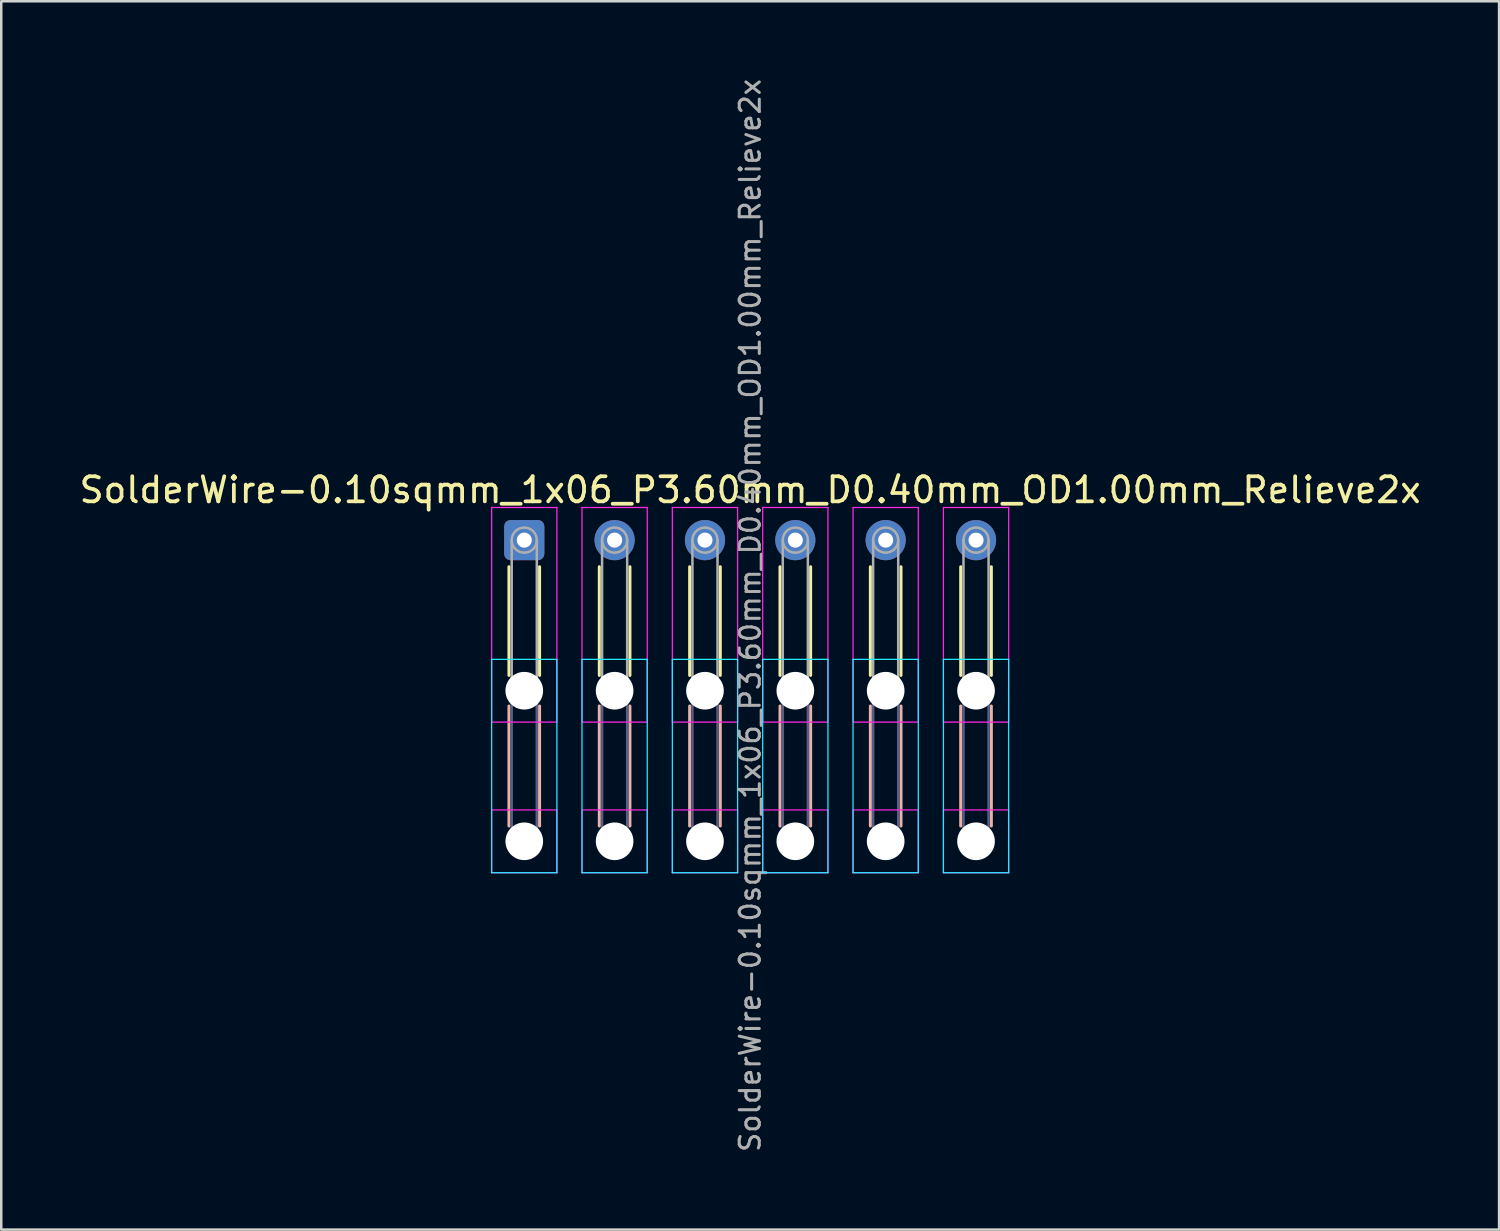
<source format=kicad_pcb>
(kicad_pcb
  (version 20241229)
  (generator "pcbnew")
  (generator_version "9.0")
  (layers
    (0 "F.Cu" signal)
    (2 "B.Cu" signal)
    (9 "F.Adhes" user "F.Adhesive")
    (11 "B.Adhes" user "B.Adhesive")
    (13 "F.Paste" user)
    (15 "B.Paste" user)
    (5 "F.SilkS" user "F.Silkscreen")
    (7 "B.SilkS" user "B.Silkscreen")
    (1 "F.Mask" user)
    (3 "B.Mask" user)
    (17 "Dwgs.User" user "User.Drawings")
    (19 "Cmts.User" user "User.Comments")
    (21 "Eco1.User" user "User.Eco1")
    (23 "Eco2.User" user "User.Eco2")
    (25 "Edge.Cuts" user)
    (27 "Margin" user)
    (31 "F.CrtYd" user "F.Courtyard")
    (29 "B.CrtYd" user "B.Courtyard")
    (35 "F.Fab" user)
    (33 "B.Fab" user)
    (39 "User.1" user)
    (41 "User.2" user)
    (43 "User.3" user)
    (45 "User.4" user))
  (footprint "SolderWire-0.10sqmm_1x06_P3.60mm_D0.40mm_OD1.00mm_Relieve2x"
    (layer "F.Cu")
    (at 17.839 18.471)
    (property "Reference" "SolderWire-0.10sqmm_1x06_P3.60mm_D0.40mm_OD1.00mm_Relieve2x" (at 9 -2 0) (layer "F.SilkS") (effects (font (size 1 1) (thickness 0.15))))
    (attr exclude_from_pos_files exclude_from_bom)
    (fp_line (start -0.61 1.06) (end -0.61 5.39) (stroke (width 0.12) (type solid)) (layer "F.SilkS"))
    (fp_line (start 0.61 1.06) (end 0.61 5.39) (stroke (width 0.12) (type solid)) (layer "F.SilkS"))
    (fp_line (start 2.99 1.06) (end 2.99 5.39) (stroke (width 0.12) (type solid)) (layer "F.SilkS"))
    (fp_line (start 4.21 1.06) (end 4.21 5.39) (stroke (width 0.12) (type solid)) (layer "F.SilkS"))
    (fp_line (start 6.59 1.06) (end 6.59 5.39) (stroke (width 0.12) (type solid)) (layer "F.SilkS"))
    (fp_line (start 7.81 1.06) (end 7.81 5.39) (stroke (width 0.12) (type solid)) (layer "F.SilkS"))
    (fp_line (start 10.19 1.06) (end 10.19 5.39) (stroke (width 0.12) (type solid)) (layer "F.SilkS"))
    (fp_line (start 11.41 1.06) (end 11.41 5.39) (stroke (width 0.12) (type solid)) (layer "F.SilkS"))
    (fp_line (start 13.79 1.06) (end 13.79 5.39) (stroke (width 0.12) (type solid)) (layer "F.SilkS"))
    (fp_line (start 15.01 1.06) (end 15.01 5.39) (stroke (width 0.12) (type solid)) (layer "F.SilkS"))
    (fp_line (start 17.39 1.06) (end 17.39 5.39) (stroke (width 0.12) (type solid)) (layer "F.SilkS"))
    (fp_line (start 18.61 1.06) (end 18.61 5.39) (stroke (width 0.12) (type solid)) (layer "F.SilkS"))
    (fp_line (start -0.61 6.61) (end -0.61 11.39) (stroke (width 0.12) (type solid)) (layer "B.SilkS"))
    (fp_line (start 0.61 6.61) (end 0.61 11.39) (stroke (width 0.12) (type solid)) (layer "B.SilkS"))
    (fp_line (start 2.99 6.61) (end 2.99 11.39) (stroke (width 0.12) (type solid)) (layer "B.SilkS"))
    (fp_line (start 4.21 6.61) (end 4.21 11.39) (stroke (width 0.12) (type solid)) (layer "B.SilkS"))
    (fp_line (start 6.59 6.61) (end 6.59 11.39) (stroke (width 0.12) (type solid)) (layer "B.SilkS"))
    (fp_line (start 7.81 6.61) (end 7.81 11.39) (stroke (width 0.12) (type solid)) (layer "B.SilkS"))
    (fp_line (start 10.19 6.61) (end 10.19 11.39) (stroke (width 0.12) (type solid)) (layer "B.SilkS"))
    (fp_line (start 11.41 6.61) (end 11.41 11.39) (stroke (width 0.12) (type solid)) (layer "B.SilkS"))
    (fp_line (start 13.79 6.61) (end 13.79 11.39) (stroke (width 0.12) (type solid)) (layer "B.SilkS"))
    (fp_line (start 15.01 6.61) (end 15.01 11.39) (stroke (width 0.12) (type solid)) (layer "B.SilkS"))
    (fp_line (start 17.39 6.61) (end 17.39 11.39) (stroke (width 0.12) (type solid)) (layer "B.SilkS"))
    (fp_line (start 18.61 6.61) (end 18.61 11.39) (stroke (width 0.12) (type solid)) (layer "B.SilkS"))
    (fp_line (start -1.3 4.75) (end -1.3 13.25) (stroke (width 0.05) (type solid)) (layer "B.CrtYd"))
    (fp_line (start -1.3 13.25) (end 1.3 13.25) (stroke (width 0.05) (type solid)) (layer "B.CrtYd"))
    (fp_line (start 1.3 4.75) (end -1.3 4.75) (stroke (width 0.05) (type solid)) (layer "B.CrtYd"))
    (fp_line (start 1.3 13.25) (end 1.3 4.75) (stroke (width 0.05) (type solid)) (layer "B.CrtYd"))
    (fp_line (start 2.3 4.75) (end 2.3 13.25) (stroke (width 0.05) (type solid)) (layer "B.CrtYd"))
    (fp_line (start 2.3 13.25) (end 4.9 13.25) (stroke (width 0.05) (type solid)) (layer "B.CrtYd"))
    (fp_line (start 4.9 4.75) (end 2.3 4.75) (stroke (width 0.05) (type solid)) (layer "B.CrtYd"))
    (fp_line (start 4.9 13.25) (end 4.9 4.75) (stroke (width 0.05) (type solid)) (layer "B.CrtYd"))
    (fp_line (start 5.9 4.75) (end 5.9 13.25) (stroke (width 0.05) (type solid)) (layer "B.CrtYd"))
    (fp_line (start 5.9 13.25) (end 8.5 13.25) (stroke (width 0.05) (type solid)) (layer "B.CrtYd"))
    (fp_line (start 8.5 4.75) (end 5.9 4.75) (stroke (width 0.05) (type solid)) (layer "B.CrtYd"))
    (fp_line (start 8.5 13.25) (end 8.5 4.75) (stroke (width 0.05) (type solid)) (layer "B.CrtYd"))
    (fp_line (start 9.5 4.75) (end 9.5 13.25) (stroke (width 0.05) (type solid)) (layer "B.CrtYd"))
    (fp_line (start 9.5 13.25) (end 12.1 13.25) (stroke (width 0.05) (type solid)) (layer "B.CrtYd"))
    (fp_line (start 12.1 4.75) (end 9.5 4.75) (stroke (width 0.05) (type solid)) (layer "B.CrtYd"))
    (fp_line (start 12.1 13.25) (end 12.1 4.75) (stroke (width 0.05) (type solid)) (layer "B.CrtYd"))
    (fp_line (start 13.1 4.75) (end 13.1 13.25) (stroke (width 0.05) (type solid)) (layer "B.CrtYd"))
    (fp_line (start 13.1 13.25) (end 15.7 13.25) (stroke (width 0.05) (type solid)) (layer "B.CrtYd"))
    (fp_line (start 15.7 4.75) (end 13.1 4.75) (stroke (width 0.05) (type solid)) (layer "B.CrtYd"))
    (fp_line (start 15.7 13.25) (end 15.7 4.75) (stroke (width 0.05) (type solid)) (layer "B.CrtYd"))
    (fp_line (start 16.7 4.75) (end 16.7 13.25) (stroke (width 0.05) (type solid)) (layer "B.CrtYd"))
    (fp_line (start 16.7 13.25) (end 19.3 13.25) (stroke (width 0.05) (type solid)) (layer "B.CrtYd"))
    (fp_line (start 19.3 4.75) (end 16.7 4.75) (stroke (width 0.05) (type solid)) (layer "B.CrtYd"))
    (fp_line (start 19.3 13.25) (end 19.3 4.75) (stroke (width 0.05) (type solid)) (layer "B.CrtYd"))
    (fp_line (start -1.3 -1.3) (end -1.3 7.25) (stroke (width 0.05) (type solid)) (layer "F.CrtYd"))
    (fp_line (start -1.3 7.25) (end 1.3 7.25) (stroke (width 0.05) (type solid)) (layer "F.CrtYd"))
    (fp_line (start -1.3 10.75) (end -1.3 13.25) (stroke (width 0.05) (type solid)) (layer "F.CrtYd"))
    (fp_line (start -1.3 13.25) (end 1.3 13.25) (stroke (width 0.05) (type solid)) (layer "F.CrtYd"))
    (fp_line (start 1.3 -1.3) (end -1.3 -1.3) (stroke (width 0.05) (type solid)) (layer "F.CrtYd"))
    (fp_line (start 1.3 7.25) (end 1.3 -1.3) (stroke (width 0.05) (type solid)) (layer "F.CrtYd"))
    (fp_line (start 1.3 10.75) (end -1.3 10.75) (stroke (width 0.05) (type solid)) (layer "F.CrtYd"))
    (fp_line (start 1.3 13.25) (end 1.3 10.75) (stroke (width 0.05) (type solid)) (layer "F.CrtYd"))
    (fp_line (start 2.3 -1.3) (end 2.3 7.25) (stroke (width 0.05) (type solid)) (layer "F.CrtYd"))
    (fp_line (start 2.3 7.25) (end 4.9 7.25) (stroke (width 0.05) (type solid)) (layer "F.CrtYd"))
    (fp_line (start 2.3 10.75) (end 2.3 13.25) (stroke (width 0.05) (type solid)) (layer "F.CrtYd"))
    (fp_line (start 2.3 13.25) (end 4.9 13.25) (stroke (width 0.05) (type solid)) (layer "F.CrtYd"))
    (fp_line (start 4.9 -1.3) (end 2.3 -1.3) (stroke (width 0.05) (type solid)) (layer "F.CrtYd"))
    (fp_line (start 4.9 7.25) (end 4.9 -1.3) (stroke (width 0.05) (type solid)) (layer "F.CrtYd"))
    (fp_line (start 4.9 10.75) (end 2.3 10.75) (stroke (width 0.05) (type solid)) (layer "F.CrtYd"))
    (fp_line (start 4.9 13.25) (end 4.9 10.75) (stroke (width 0.05) (type solid)) (layer "F.CrtYd"))
    (fp_line (start 5.9 -1.3) (end 5.9 7.25) (stroke (width 0.05) (type solid)) (layer "F.CrtYd"))
    (fp_line (start 5.9 7.25) (end 8.5 7.25) (stroke (width 0.05) (type solid)) (layer "F.CrtYd"))
    (fp_line (start 5.9 10.75) (end 5.9 13.25) (stroke (width 0.05) (type solid)) (layer "F.CrtYd"))
    (fp_line (start 5.9 13.25) (end 8.5 13.25) (stroke (width 0.05) (type solid)) (layer "F.CrtYd"))
    (fp_line (start 8.5 -1.3) (end 5.9 -1.3) (stroke (width 0.05) (type solid)) (layer "F.CrtYd"))
    (fp_line (start 8.5 7.25) (end 8.5 -1.3) (stroke (width 0.05) (type solid)) (layer "F.CrtYd"))
    (fp_line (start 8.5 10.75) (end 5.9 10.75) (stroke (width 0.05) (type solid)) (layer "F.CrtYd"))
    (fp_line (start 8.5 13.25) (end 8.5 10.75) (stroke (width 0.05) (type solid)) (layer "F.CrtYd"))
    (fp_line (start 9.5 -1.3) (end 9.5 7.25) (stroke (width 0.05) (type solid)) (layer "F.CrtYd"))
    (fp_line (start 9.5 7.25) (end 12.1 7.25) (stroke (width 0.05) (type solid)) (layer "F.CrtYd"))
    (fp_line (start 9.5 10.75) (end 9.5 13.25) (stroke (width 0.05) (type solid)) (layer "F.CrtYd"))
    (fp_line (start 9.5 13.25) (end 12.1 13.25) (stroke (width 0.05) (type solid)) (layer "F.CrtYd"))
    (fp_line (start 12.1 -1.3) (end 9.5 -1.3) (stroke (width 0.05) (type solid)) (layer "F.CrtYd"))
    (fp_line (start 12.1 7.25) (end 12.1 -1.3) (stroke (width 0.05) (type solid)) (layer "F.CrtYd"))
    (fp_line (start 12.1 10.75) (end 9.5 10.75) (stroke (width 0.05) (type solid)) (layer "F.CrtYd"))
    (fp_line (start 12.1 13.25) (end 12.1 10.75) (stroke (width 0.05) (type solid)) (layer "F.CrtYd"))
    (fp_line (start 13.1 -1.3) (end 13.1 7.25) (stroke (width 0.05) (type solid)) (layer "F.CrtYd"))
    (fp_line (start 13.1 7.25) (end 15.7 7.25) (stroke (width 0.05) (type solid)) (layer "F.CrtYd"))
    (fp_line (start 13.1 10.75) (end 13.1 13.25) (stroke (width 0.05) (type solid)) (layer "F.CrtYd"))
    (fp_line (start 13.1 13.25) (end 15.7 13.25) (stroke (width 0.05) (type solid)) (layer "F.CrtYd"))
    (fp_line (start 15.7 -1.3) (end 13.1 -1.3) (stroke (width 0.05) (type solid)) (layer "F.CrtYd"))
    (fp_line (start 15.7 7.25) (end 15.7 -1.3) (stroke (width 0.05) (type solid)) (layer "F.CrtYd"))
    (fp_line (start 15.7 10.75) (end 13.1 10.75) (stroke (width 0.05) (type solid)) (layer "F.CrtYd"))
    (fp_line (start 15.7 13.25) (end 15.7 10.75) (stroke (width 0.05) (type solid)) (layer "F.CrtYd"))
    (fp_line (start 16.7 -1.3) (end 16.7 7.25) (stroke (width 0.05) (type solid)) (layer "F.CrtYd"))
    (fp_line (start 16.7 7.25) (end 19.3 7.25) (stroke (width 0.05) (type solid)) (layer "F.CrtYd"))
    (fp_line (start 16.7 10.75) (end 16.7 13.25) (stroke (width 0.05) (type solid)) (layer "F.CrtYd"))
    (fp_line (start 16.7 13.25) (end 19.3 13.25) (stroke (width 0.05) (type solid)) (layer "F.CrtYd"))
    (fp_line (start 19.3 -1.3) (end 16.7 -1.3) (stroke (width 0.05) (type solid)) (layer "F.CrtYd"))
    (fp_line (start 19.3 7.25) (end 19.3 -1.3) (stroke (width 0.05) (type solid)) (layer "F.CrtYd"))
    (fp_line (start 19.3 10.75) (end 16.7 10.75) (stroke (width 0.05) (type solid)) (layer "F.CrtYd"))
    (fp_line (start 19.3 13.25) (end 19.3 10.75) (stroke (width 0.05) (type solid)) (layer "F.CrtYd"))
    (fp_line (start -0.5 6) (end -0.5 12) (stroke (width 0.1) (type solid)) (layer "B.Fab"))
    (fp_line (start 0.5 6) (end 0.5 12) (stroke (width 0.1) (type solid)) (layer "B.Fab"))
    (fp_line (start 3.1 6) (end 3.1 12) (stroke (width 0.1) (type solid)) (layer "B.Fab"))
    (fp_line (start 4.1 6) (end 4.1 12) (stroke (width 0.1) (type solid)) (layer "B.Fab"))
    (fp_line (start 6.7 6) (end 6.7 12) (stroke (width 0.1) (type solid)) (layer "B.Fab"))
    (fp_line (start 7.7 6) (end 7.7 12) (stroke (width 0.1) (type solid)) (layer "B.Fab"))
    (fp_line (start 10.3 6) (end 10.3 12) (stroke (width 0.1) (type solid)) (layer "B.Fab"))
    (fp_line (start 11.3 6) (end 11.3 12) (stroke (width 0.1) (type solid)) (layer "B.Fab"))
    (fp_line (start 13.9 6) (end 13.9 12) (stroke (width 0.1) (type solid)) (layer "B.Fab"))
    (fp_line (start 14.9 6) (end 14.9 12) (stroke (width 0.1) (type solid)) (layer "B.Fab"))
    (fp_line (start 17.5 6) (end 17.5 12) (stroke (width 0.1) (type solid)) (layer "B.Fab"))
    (fp_line (start 18.5 6) (end 18.5 12) (stroke (width 0.1) (type solid)) (layer "B.Fab"))
    (fp_circle (center 0 6) (end 0.5 6) (stroke (width 0.1) (type solid)) (fill no) (layer "B.Fab"))
    (fp_circle (center 0 12) (end 0.5 12) (stroke (width 0.1) (type solid)) (fill no) (layer "B.Fab"))
    (fp_circle (center 3.6 6) (end 4.1 6) (stroke (width 0.1) (type solid)) (fill no) (layer "B.Fab"))
    (fp_circle (center 3.6 12) (end 4.1 12) (stroke (width 0.1) (type solid)) (fill no) (layer "B.Fab"))
    (fp_circle (center 7.2 6) (end 7.7 6) (stroke (width 0.1) (type solid)) (fill no) (layer "B.Fab"))
    (fp_circle (center 7.2 12) (end 7.7 12) (stroke (width 0.1) (type solid)) (fill no) (layer "B.Fab"))
    (fp_circle (center 10.8 6) (end 11.3 6) (stroke (width 0.1) (type solid)) (fill no) (layer "B.Fab"))
    (fp_circle (center 10.8 12) (end 11.3 12) (stroke (width 0.1) (type solid)) (fill no) (layer "B.Fab"))
    (fp_circle (center 14.4 6) (end 14.9 6) (stroke (width 0.1) (type solid)) (fill no) (layer "B.Fab"))
    (fp_circle (center 14.4 12) (end 14.9 12) (stroke (width 0.1) (type solid)) (fill no) (layer "B.Fab"))
    (fp_circle (center 18 6) (end 18.5 6) (stroke (width 0.1) (type solid)) (fill no) (layer "B.Fab"))
    (fp_circle (center 18 12) (end 18.5 12) (stroke (width 0.1) (type solid)) (fill no) (layer "B.Fab"))
    (fp_line (start -0.5 0) (end -0.5 6) (stroke (width 0.1) (type solid)) (layer "F.Fab"))
    (fp_line (start 0.5 0) (end 0.5 6) (stroke (width 0.1) (type solid)) (layer "F.Fab"))
    (fp_line (start 3.1 0) (end 3.1 6) (stroke (width 0.1) (type solid)) (layer "F.Fab"))
    (fp_line (start 4.1 0) (end 4.1 6) (stroke (width 0.1) (type solid)) (layer "F.Fab"))
    (fp_line (start 6.7 0) (end 6.7 6) (stroke (width 0.1) (type solid)) (layer "F.Fab"))
    (fp_line (start 7.7 0) (end 7.7 6) (stroke (width 0.1) (type solid)) (layer "F.Fab"))
    (fp_line (start 10.3 0) (end 10.3 6) (stroke (width 0.1) (type solid)) (layer "F.Fab"))
    (fp_line (start 11.3 0) (end 11.3 6) (stroke (width 0.1) (type solid)) (layer "F.Fab"))
    (fp_line (start 13.9 0) (end 13.9 6) (stroke (width 0.1) (type solid)) (layer "F.Fab"))
    (fp_line (start 14.9 0) (end 14.9 6) (stroke (width 0.1) (type solid)) (layer "F.Fab"))
    (fp_line (start 17.5 0) (end 17.5 6) (stroke (width 0.1) (type solid)) (layer "F.Fab"))
    (fp_line (start 18.5 0) (end 18.5 6) (stroke (width 0.1) (type solid)) (layer "F.Fab"))
    (fp_circle (center 0 0) (end 0.5 0) (stroke (width 0.1) (type solid)) (fill no) (layer "F.Fab"))
    (fp_circle (center 0 6) (end 0.5 6) (stroke (width 0.1) (type solid)) (fill no) (layer "F.Fab"))
    (fp_circle (center 0 12) (end 0.5 12) (stroke (width 0.1) (type solid)) (fill no) (layer "F.Fab"))
    (fp_circle (center 3.6 0) (end 4.1 0) (stroke (width 0.1) (type solid)) (fill no) (layer "F.Fab"))
    (fp_circle (center 3.6 6) (end 4.1 6) (stroke (width 0.1) (type solid)) (fill no) (layer "F.Fab"))
    (fp_circle (center 3.6 12) (end 4.1 12) (stroke (width 0.1) (type solid)) (fill no) (layer "F.Fab"))
    (fp_circle (center 7.2 0) (end 7.7 0) (stroke (width 0.1) (type solid)) (fill no) (layer "F.Fab"))
    (fp_circle (center 7.2 6) (end 7.7 6) (stroke (width 0.1) (type solid)) (fill no) (layer "F.Fab"))
    (fp_circle (center 7.2 12) (end 7.7 12) (stroke (width 0.1) (type solid)) (fill no) (layer "F.Fab"))
    (fp_circle (center 10.8 0) (end 11.3 0) (stroke (width 0.1) (type solid)) (fill no) (layer "F.Fab"))
    (fp_circle (center 10.8 6) (end 11.3 6) (stroke (width 0.1) (type solid)) (fill no) (layer "F.Fab"))
    (fp_circle (center 10.8 12) (end 11.3 12) (stroke (width 0.1) (type solid)) (fill no) (layer "F.Fab"))
    (fp_circle (center 14.4 0) (end 14.9 0) (stroke (width 0.1) (type solid)) (fill no) (layer "F.Fab"))
    (fp_circle (center 14.4 6) (end 14.9 6) (stroke (width 0.1) (type solid)) (fill no) (layer "F.Fab"))
    (fp_circle (center 14.4 12) (end 14.9 12) (stroke (width 0.1) (type solid)) (fill no) (layer "F.Fab"))
    (fp_circle (center 18 0) (end 18.5 0) (stroke (width 0.1) (type solid)) (fill no) (layer "F.Fab"))
    (fp_circle (center 18 6) (end 18.5 6) (stroke (width 0.1) (type solid)) (fill no) (layer "F.Fab"))
    (fp_circle (center 18 12) (end 18.5 12) (stroke (width 0.1) (type solid)) (fill no) (layer "F.Fab"))
    (fp_text user "${REFERENCE}" (at 9 3 90) (layer "F.Fab") (effects (font (size 0.8 0.8) (thickness 0.12))))
    (pad "" np_thru_hole circle (at 0 6) (size 1.5 1.5) (drill 1.5) (layers "*.Cu" "*.Mask"))
    (pad "" np_thru_hole circle (at 0 12) (size 1.5 1.5) (drill 1.5) (layers "*.Cu" "*.Mask"))
    (pad "" np_thru_hole circle (at 3.6 6) (size 1.5 1.5) (drill 1.5) (layers "*.Cu" "*.Mask"))
    (pad "" np_thru_hole circle (at 3.6 12) (size 1.5 1.5) (drill 1.5) (layers "*.Cu" "*.Mask"))
    (pad "" np_thru_hole circle (at 7.2 6) (size 1.5 1.5) (drill 1.5) (layers "*.Cu" "*.Mask"))
    (pad "" np_thru_hole circle (at 7.2 12) (size 1.5 1.5) (drill 1.5) (layers "*.Cu" "*.Mask"))
    (pad "" np_thru_hole circle (at 10.8 6) (size 1.5 1.5) (drill 1.5) (layers "*.Cu" "*.Mask"))
    (pad "" np_thru_hole circle (at 10.8 12) (size 1.5 1.5) (drill 1.5) (layers "*.Cu" "*.Mask"))
    (pad "" np_thru_hole circle (at 14.4 6) (size 1.5 1.5) (drill 1.5) (layers "*.Cu" "*.Mask"))
    (pad "" np_thru_hole circle (at 14.4 12) (size 1.5 1.5) (drill 1.5) (layers "*.Cu" "*.Mask"))
    (pad "" np_thru_hole circle (at 18 6) (size 1.5 1.5) (drill 1.5) (layers "*.Cu" "*.Mask"))
    (pad "" np_thru_hole circle (at 18 12) (size 1.5 1.5) (drill 1.5) (layers "*.Cu" "*.Mask"))
    (pad "1" thru_hole roundrect (at 0 0) (size 1.6 1.6) (drill 0.6) (layers "*.Cu" "*.Mask") (roundrect_rratio 0.156))
    (pad "2" thru_hole circle (at 3.6 0) (size 1.6 1.6) (drill 0.6) (layers "*.Cu" "*.Mask"))
    (pad "3" thru_hole circle (at 7.2 0) (size 1.6 1.6) (drill 0.6) (layers "*.Cu" "*.Mask"))
    (pad "4" thru_hole circle (at 10.8 0) (size 1.6 1.6) (drill 0.6) (layers "*.Cu" "*.Mask"))
    (pad "5" thru_hole circle (at 14.4 0) (size 1.6 1.6) (drill 0.6) (layers "*.Cu" "*.Mask"))
    (pad "6" thru_hole circle (at 18 0) (size 1.6 1.6) (drill 0.6) (layers "*.Cu" "*.Mask")))
  (gr_rect
    (start -3 -3)
    (end 56.679 45.943)
    (stroke (width 0.1) (type default))
    (fill no)
    (layer "Edge.Cuts")))
</source>
